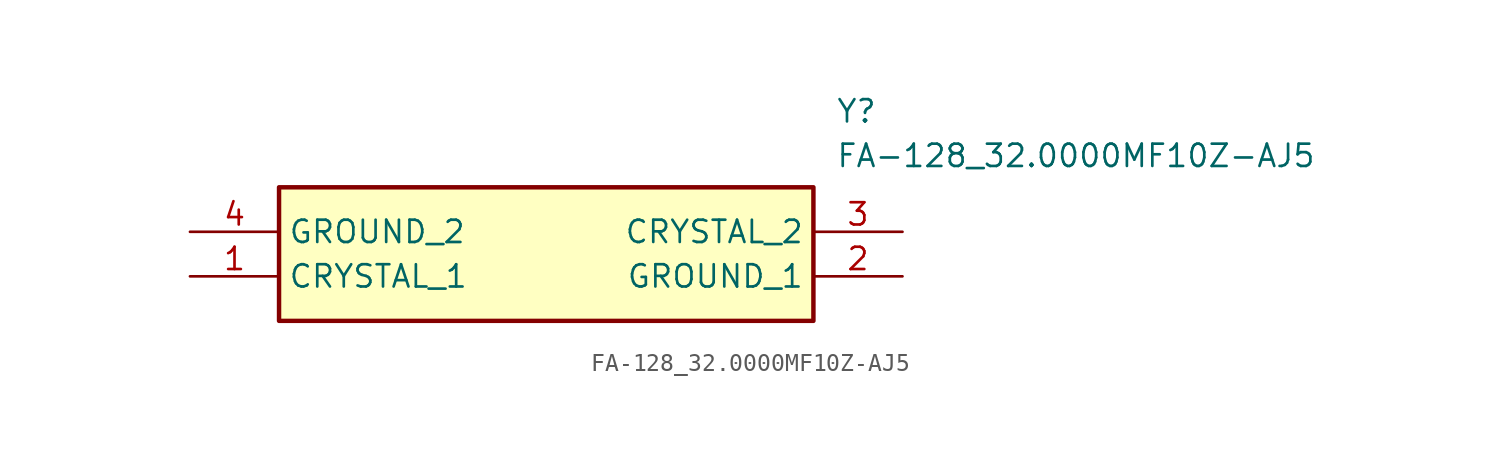
<source format=kicad_sym>
(kicad_symbol_lib
  (version 20220914)
  (generator kicad_symbol_editor)
  (symbol "FA-128_32.0000MF10Z-AJ5"
    (property "Reference" "Y"
      (at 36.83 7.62 0)
      (effects (font (size 1.27 1.27)) (justify left top)))
    (property "Value" "FA-128_32.0000MF10Z-AJ5"
      (at 36.83 5.08 0)
      (effects (font (size 1.27 1.27)) (justify left top)))
    (symbol "FA-128_32.0000MF10Z-AJ5_1_1"
      (rectangle (start 5.08 2.54) (end 35.56 -5.08) (stroke (width 0.254) (type default)) (fill (type background)))
      (pin passive line (at 0 -2.54 0) (length 5.08) (name "CRYSTAL_1" (effects (font (size 1.27 1.27)))) (number "1" (effects (font (size 1.27 1.27)))))
      (pin passive line (at 40.64 -2.54 180) (length 5.08) (name "GROUND_1" (effects (font (size 1.27 1.27)))) (number "2" (effects (font (size 1.27 1.27)))))
      (pin passive line (at 40.64 0 180) (length 5.08) (name "CRYSTAL_2" (effects (font (size 1.27 1.27)))) (number "3" (effects (font (size 1.27 1.27)))))
      (pin passive line (at 0 0 0) (length 5.08) (name "GROUND_2" (effects (font (size 1.27 1.27)))) (number "4" (effects (font (size 1.27 1.27))))))))
</source>
